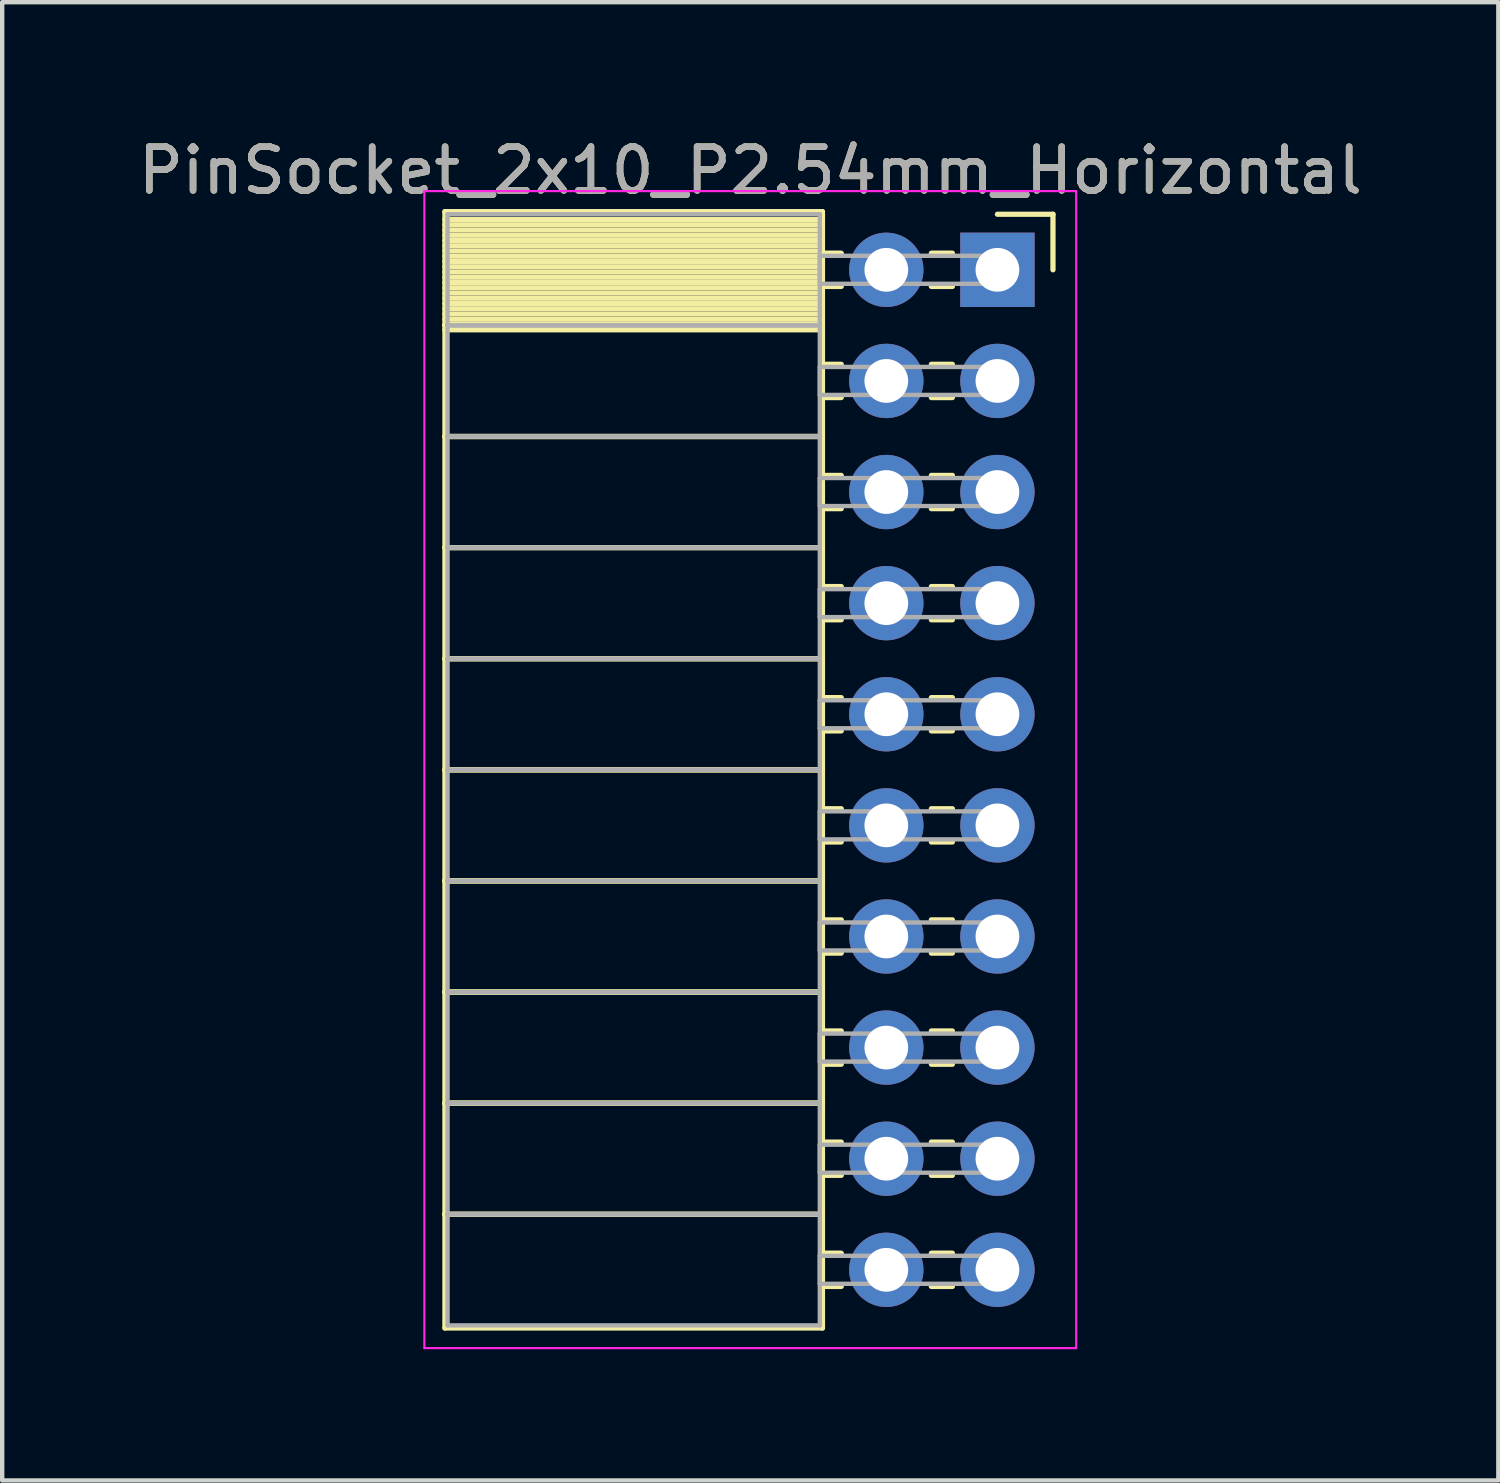
<source format=kicad_pcb>
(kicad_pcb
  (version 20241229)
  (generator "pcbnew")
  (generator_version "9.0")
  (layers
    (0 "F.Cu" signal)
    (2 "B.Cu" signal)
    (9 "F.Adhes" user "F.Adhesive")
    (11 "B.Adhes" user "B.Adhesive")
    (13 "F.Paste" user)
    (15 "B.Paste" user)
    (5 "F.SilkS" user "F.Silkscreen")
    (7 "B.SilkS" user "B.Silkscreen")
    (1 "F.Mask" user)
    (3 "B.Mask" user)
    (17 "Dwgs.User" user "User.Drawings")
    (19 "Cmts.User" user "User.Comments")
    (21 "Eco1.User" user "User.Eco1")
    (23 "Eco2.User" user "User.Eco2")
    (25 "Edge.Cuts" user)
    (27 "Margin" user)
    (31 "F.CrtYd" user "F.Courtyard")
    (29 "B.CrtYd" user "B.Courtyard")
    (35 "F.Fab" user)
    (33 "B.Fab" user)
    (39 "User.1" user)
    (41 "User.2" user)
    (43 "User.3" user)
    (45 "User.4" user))
  (footprint "PinSocket_2x10_P2.54mm_Horizontal"
    (layer "F.Cu")
    (at 19.751 3.118)
    (property "Reference" "PinSocket_2x10_P2.54mm_Horizontal" (at -5.65 -2.27 0) (layer "F.SilkS") (effects (font (size 1 1) (thickness 0.15))))
    (attr through_hole)
    (fp_line (start -12.63 -1.33) (end -4 -1.33) (stroke (width 0.12) (type solid)) (layer "F.SilkS"))
    (fp_line (start -12.63 1.27) (end -12.63 -1.33) (stroke (width 0.12) (type solid)) (layer "F.SilkS"))
    (fp_line (start -12.63 1.27) (end -4 1.27) (stroke (width 0.12) (type solid)) (layer "F.SilkS"))
    (fp_line (start -12.63 3.81) (end -12.63 1.27) (stroke (width 0.12) (type solid)) (layer "F.SilkS"))
    (fp_line (start -12.63 3.81) (end -4 3.81) (stroke (width 0.12) (type solid)) (layer "F.SilkS"))
    (fp_line (start -12.63 6.35) (end -12.63 3.81) (stroke (width 0.12) (type solid)) (layer "F.SilkS"))
    (fp_line (start -12.63 6.35) (end -4 6.35) (stroke (width 0.12) (type solid)) (layer "F.SilkS"))
    (fp_line (start -12.63 8.89) (end -12.63 6.35) (stroke (width 0.12) (type solid)) (layer "F.SilkS"))
    (fp_line (start -12.63 8.89) (end -4 8.89) (stroke (width 0.12) (type solid)) (layer "F.SilkS"))
    (fp_line (start -12.63 11.43) (end -12.63 8.89) (stroke (width 0.12) (type solid)) (layer "F.SilkS"))
    (fp_line (start -12.63 11.43) (end -4 11.43) (stroke (width 0.12) (type solid)) (layer "F.SilkS"))
    (fp_line (start -12.63 13.97) (end -12.63 11.43) (stroke (width 0.12) (type solid)) (layer "F.SilkS"))
    (fp_line (start -12.63 13.97) (end -4 13.97) (stroke (width 0.12) (type solid)) (layer "F.SilkS"))
    (fp_line (start -12.63 16.51) (end -12.63 13.97) (stroke (width 0.12) (type solid)) (layer "F.SilkS"))
    (fp_line (start -12.63 16.51) (end -4 16.51) (stroke (width 0.12) (type solid)) (layer "F.SilkS"))
    (fp_line (start -12.63 19.05) (end -12.63 16.51) (stroke (width 0.12) (type solid)) (layer "F.SilkS"))
    (fp_line (start -12.63 19.05) (end -4 19.05) (stroke (width 0.12) (type solid)) (layer "F.SilkS"))
    (fp_line (start -12.63 21.59) (end -12.63 19.05) (stroke (width 0.12) (type solid)) (layer "F.SilkS"))
    (fp_line (start -12.63 21.59) (end -4 21.59) (stroke (width 0.12) (type solid)) (layer "F.SilkS"))
    (fp_line (start -12.63 24.19) (end -12.63 21.59) (stroke (width 0.12) (type solid)) (layer "F.SilkS"))
    (fp_line (start -4 -1.33) (end -4 1.27) (stroke (width 0.12) (type solid)) (layer "F.SilkS"))
    (fp_line (start -4 -1.15) (end -12.63 -1.15) (stroke (width 0.12) (type solid)) (layer "F.SilkS"))
    (fp_line (start -4 -1.03) (end -12.63 -1.03) (stroke (width 0.12) (type solid)) (layer "F.SilkS"))
    (fp_line (start -4 -0.91) (end -12.63 -0.91) (stroke (width 0.12) (type solid)) (layer "F.SilkS"))
    (fp_line (start -4 -0.79) (end -12.63 -0.79) (stroke (width 0.12) (type solid)) (layer "F.SilkS"))
    (fp_line (start -4 -0.67) (end -12.63 -0.67) (stroke (width 0.12) (type solid)) (layer "F.SilkS"))
    (fp_line (start -4 -0.55) (end -12.63 -0.55) (stroke (width 0.12) (type solid)) (layer "F.SilkS"))
    (fp_line (start -4 -0.43) (end -12.63 -0.43) (stroke (width 0.12) (type solid)) (layer "F.SilkS"))
    (fp_line (start -4 -0.31) (end -12.63 -0.31) (stroke (width 0.12) (type solid)) (layer "F.SilkS"))
    (fp_line (start -4 -0.19) (end -12.63 -0.19) (stroke (width 0.12) (type solid)) (layer "F.SilkS"))
    (fp_line (start -4 -0.07) (end -12.63 -0.07) (stroke (width 0.12) (type solid)) (layer "F.SilkS"))
    (fp_line (start -4 0.05) (end -12.63 0.05) (stroke (width 0.12) (type solid)) (layer "F.SilkS"))
    (fp_line (start -4 0.17) (end -12.63 0.17) (stroke (width 0.12) (type solid)) (layer "F.SilkS"))
    (fp_line (start -4 0.29) (end -12.63 0.29) (stroke (width 0.12) (type solid)) (layer "F.SilkS"))
    (fp_line (start -4 0.41) (end -12.63 0.41) (stroke (width 0.12) (type solid)) (layer "F.SilkS"))
    (fp_line (start -4 0.53) (end -12.63 0.53) (stroke (width 0.12) (type solid)) (layer "F.SilkS"))
    (fp_line (start -4 0.65) (end -12.63 0.65) (stroke (width 0.12) (type solid)) (layer "F.SilkS"))
    (fp_line (start -4 0.77) (end -12.63 0.77) (stroke (width 0.12) (type solid)) (layer "F.SilkS"))
    (fp_line (start -4 0.89) (end -12.63 0.89) (stroke (width 0.12) (type solid)) (layer "F.SilkS"))
    (fp_line (start -4 1.01) (end -12.63 1.01) (stroke (width 0.12) (type solid)) (layer "F.SilkS"))
    (fp_line (start -4 1.13) (end -12.63 1.13) (stroke (width 0.12) (type solid)) (layer "F.SilkS"))
    (fp_line (start -4 1.25) (end -12.63 1.25) (stroke (width 0.12) (type solid)) (layer "F.SilkS"))
    (fp_line (start -4 1.27) (end -12.63 1.27) (stroke (width 0.12) (type solid)) (layer "F.SilkS"))
    (fp_line (start -4 1.27) (end -4 3.81) (stroke (width 0.12) (type solid)) (layer "F.SilkS"))
    (fp_line (start -4 1.37) (end -12.63 1.37) (stroke (width 0.12) (type solid)) (layer "F.SilkS"))
    (fp_line (start -4 3.81) (end -12.63 3.81) (stroke (width 0.12) (type solid)) (layer "F.SilkS"))
    (fp_line (start -4 3.81) (end -4 6.35) (stroke (width 0.12) (type solid)) (layer "F.SilkS"))
    (fp_line (start -4 6.35) (end -12.63 6.35) (stroke (width 0.12) (type solid)) (layer "F.SilkS"))
    (fp_line (start -4 6.35) (end -4 8.89) (stroke (width 0.12) (type solid)) (layer "F.SilkS"))
    (fp_line (start -4 8.89) (end -12.63 8.89) (stroke (width 0.12) (type solid)) (layer "F.SilkS"))
    (fp_line (start -4 8.89) (end -4 11.43) (stroke (width 0.12) (type solid)) (layer "F.SilkS"))
    (fp_line (start -4 11.43) (end -12.63 11.43) (stroke (width 0.12) (type solid)) (layer "F.SilkS"))
    (fp_line (start -4 11.43) (end -4 13.97) (stroke (width 0.12) (type solid)) (layer "F.SilkS"))
    (fp_line (start -4 13.97) (end -12.63 13.97) (stroke (width 0.12) (type solid)) (layer "F.SilkS"))
    (fp_line (start -4 13.97) (end -4 16.51) (stroke (width 0.12) (type solid)) (layer "F.SilkS"))
    (fp_line (start -4 16.51) (end -12.63 16.51) (stroke (width 0.12) (type solid)) (layer "F.SilkS"))
    (fp_line (start -4 16.51) (end -4 19.05) (stroke (width 0.12) (type solid)) (layer "F.SilkS"))
    (fp_line (start -4 19.05) (end -12.63 19.05) (stroke (width 0.12) (type solid)) (layer "F.SilkS"))
    (fp_line (start -4 19.05) (end -4 21.59) (stroke (width 0.12) (type solid)) (layer "F.SilkS"))
    (fp_line (start -4 21.59) (end -12.63 21.59) (stroke (width 0.12) (type solid)) (layer "F.SilkS"))
    (fp_line (start -4 21.59) (end -4 24.19) (stroke (width 0.12) (type solid)) (layer "F.SilkS"))
    (fp_line (start -4 24.19) (end -12.63 24.19) (stroke (width 0.12) (type solid)) (layer "F.SilkS"))
    (fp_line (start -3.57 -0.38) (end -4 -0.38) (stroke (width 0.12) (type solid)) (layer "F.SilkS"))
    (fp_line (start -3.57 0.38) (end -4 0.38) (stroke (width 0.12) (type solid)) (layer "F.SilkS"))
    (fp_line (start -3.57 2.16) (end -4 2.16) (stroke (width 0.12) (type solid)) (layer "F.SilkS"))
    (fp_line (start -3.57 2.92) (end -4 2.92) (stroke (width 0.12) (type solid)) (layer "F.SilkS"))
    (fp_line (start -3.57 4.7) (end -4 4.7) (stroke (width 0.12) (type solid)) (layer "F.SilkS"))
    (fp_line (start -3.57 5.46) (end -4 5.46) (stroke (width 0.12) (type solid)) (layer "F.SilkS"))
    (fp_line (start -3.57 7.24) (end -4 7.24) (stroke (width 0.12) (type solid)) (layer "F.SilkS"))
    (fp_line (start -3.57 8) (end -4 8) (stroke (width 0.12) (type solid)) (layer "F.SilkS"))
    (fp_line (start -3.57 9.78) (end -4 9.78) (stroke (width 0.12) (type solid)) (layer "F.SilkS"))
    (fp_line (start -3.57 10.54) (end -4 10.54) (stroke (width 0.12) (type solid)) (layer "F.SilkS"))
    (fp_line (start -3.57 12.32) (end -4 12.32) (stroke (width 0.12) (type solid)) (layer "F.SilkS"))
    (fp_line (start -3.57 13.08) (end -4 13.08) (stroke (width 0.12) (type solid)) (layer "F.SilkS"))
    (fp_line (start -3.57 14.86) (end -4 14.86) (stroke (width 0.12) (type solid)) (layer "F.SilkS"))
    (fp_line (start -3.57 15.62) (end -4 15.62) (stroke (width 0.12) (type solid)) (layer "F.SilkS"))
    (fp_line (start -3.57 17.4) (end -4 17.4) (stroke (width 0.12) (type solid)) (layer "F.SilkS"))
    (fp_line (start -3.57 18.16) (end -4 18.16) (stroke (width 0.12) (type solid)) (layer "F.SilkS"))
    (fp_line (start -3.57 19.94) (end -4 19.94) (stroke (width 0.12) (type solid)) (layer "F.SilkS"))
    (fp_line (start -3.57 20.7) (end -4 20.7) (stroke (width 0.12) (type solid)) (layer "F.SilkS"))
    (fp_line (start -3.57 22.48) (end -4 22.48) (stroke (width 0.12) (type solid)) (layer "F.SilkS"))
    (fp_line (start -3.57 23.24) (end -4 23.24) (stroke (width 0.12) (type solid)) (layer "F.SilkS"))
    (fp_line (start -1.03 -0.38) (end -1.51 -0.38) (stroke (width 0.12) (type solid)) (layer "F.SilkS"))
    (fp_line (start -1.03 0.38) (end -1.51 0.38) (stroke (width 0.12) (type solid)) (layer "F.SilkS"))
    (fp_line (start -1.03 2.16) (end -1.51 2.16) (stroke (width 0.12) (type solid)) (layer "F.SilkS"))
    (fp_line (start -1.03 2.92) (end -1.51 2.92) (stroke (width 0.12) (type solid)) (layer "F.SilkS"))
    (fp_line (start -1.03 4.7) (end -1.51 4.7) (stroke (width 0.12) (type solid)) (layer "F.SilkS"))
    (fp_line (start -1.03 5.46) (end -1.51 5.46) (stroke (width 0.12) (type solid)) (layer "F.SilkS"))
    (fp_line (start -1.03 7.24) (end -1.51 7.24) (stroke (width 0.12) (type solid)) (layer "F.SilkS"))
    (fp_line (start -1.03 8) (end -1.51 8) (stroke (width 0.12) (type solid)) (layer "F.SilkS"))
    (fp_line (start -1.03 9.78) (end -1.51 9.78) (stroke (width 0.12) (type solid)) (layer "F.SilkS"))
    (fp_line (start -1.03 10.54) (end -1.51 10.54) (stroke (width 0.12) (type solid)) (layer "F.SilkS"))
    (fp_line (start -1.03 12.32) (end -1.51 12.32) (stroke (width 0.12) (type solid)) (layer "F.SilkS"))
    (fp_line (start -1.03 13.08) (end -1.51 13.08) (stroke (width 0.12) (type solid)) (layer "F.SilkS"))
    (fp_line (start -1.03 14.86) (end -1.51 14.86) (stroke (width 0.12) (type solid)) (layer "F.SilkS"))
    (fp_line (start -1.03 15.62) (end -1.51 15.62) (stroke (width 0.12) (type solid)) (layer "F.SilkS"))
    (fp_line (start -1.03 17.4) (end -1.51 17.4) (stroke (width 0.12) (type solid)) (layer "F.SilkS"))
    (fp_line (start -1.03 18.16) (end -1.51 18.16) (stroke (width 0.12) (type solid)) (layer "F.SilkS"))
    (fp_line (start -1.03 19.94) (end -1.51 19.94) (stroke (width 0.12) (type solid)) (layer "F.SilkS"))
    (fp_line (start -1.03 20.7) (end -1.51 20.7) (stroke (width 0.12) (type solid)) (layer "F.SilkS"))
    (fp_line (start -1.03 22.48) (end -1.51 22.48) (stroke (width 0.12) (type solid)) (layer "F.SilkS"))
    (fp_line (start -1.03 23.24) (end -1.51 23.24) (stroke (width 0.12) (type solid)) (layer "F.SilkS"))
    (fp_line (start 0 -1.27) (end 1.27 -1.27) (stroke (width 0.12) (type solid)) (layer "F.SilkS"))
    (fp_line (start 1.27 -1.27) (end 1.27 0) (stroke (width 0.12) (type solid)) (layer "F.SilkS"))
    (fp_line (start -13.1 -1.8) (end 1.8 -1.8) (stroke (width 0.05) (type solid)) (layer "F.CrtYd"))
    (fp_line (start -13.1 24.65) (end -13.1 -1.8) (stroke (width 0.05) (type solid)) (layer "F.CrtYd"))
    (fp_line (start 1.8 -1.8) (end 1.8 24.65) (stroke (width 0.05) (type solid)) (layer "F.CrtYd"))
    (fp_line (start 1.8 24.65) (end -13.1 24.65) (stroke (width 0.05) (type solid)) (layer "F.CrtYd"))
    (fp_line (start -12.57 -1.27) (end -4.06 -1.27) (stroke (width 0.1) (type solid)) (layer "F.Fab"))
    (fp_line (start -12.57 1.27) (end -12.57 -1.27) (stroke (width 0.1) (type solid)) (layer "F.Fab"))
    (fp_line (start -12.57 1.27) (end -4.06 1.27) (stroke (width 0.1) (type solid)) (layer "F.Fab"))
    (fp_line (start -12.57 3.81) (end -12.57 1.27) (stroke (width 0.1) (type solid)) (layer "F.Fab"))
    (fp_line (start -12.57 3.81) (end -4.06 3.81) (stroke (width 0.1) (type solid)) (layer "F.Fab"))
    (fp_line (start -12.57 6.35) (end -12.57 3.81) (stroke (width 0.1) (type solid)) (layer "F.Fab"))
    (fp_line (start -12.57 6.35) (end -4.06 6.35) (stroke (width 0.1) (type solid)) (layer "F.Fab"))
    (fp_line (start -12.57 8.89) (end -12.57 6.35) (stroke (width 0.1) (type solid)) (layer "F.Fab"))
    (fp_line (start -12.57 8.89) (end -4.06 8.89) (stroke (width 0.1) (type solid)) (layer "F.Fab"))
    (fp_line (start -12.57 11.43) (end -12.57 8.89) (stroke (width 0.1) (type solid)) (layer "F.Fab"))
    (fp_line (start -12.57 11.43) (end -4.06 11.43) (stroke (width 0.1) (type solid)) (layer "F.Fab"))
    (fp_line (start -12.57 13.97) (end -12.57 11.43) (stroke (width 0.1) (type solid)) (layer "F.Fab"))
    (fp_line (start -12.57 13.97) (end -4.06 13.97) (stroke (width 0.1) (type solid)) (layer "F.Fab"))
    (fp_line (start -12.57 16.51) (end -12.57 13.97) (stroke (width 0.1) (type solid)) (layer "F.Fab"))
    (fp_line (start -12.57 16.51) (end -4.06 16.51) (stroke (width 0.1) (type solid)) (layer "F.Fab"))
    (fp_line (start -12.57 19.05) (end -12.57 16.51) (stroke (width 0.1) (type solid)) (layer "F.Fab"))
    (fp_line (start -12.57 19.05) (end -4.06 19.05) (stroke (width 0.1) (type solid)) (layer "F.Fab"))
    (fp_line (start -12.57 21.59) (end -12.57 19.05) (stroke (width 0.1) (type solid)) (layer "F.Fab"))
    (fp_line (start -12.57 21.59) (end -4.06 21.59) (stroke (width 0.1) (type solid)) (layer "F.Fab"))
    (fp_line (start -12.57 24.13) (end -12.57 21.59) (stroke (width 0.1) (type solid)) (layer "F.Fab"))
    (fp_line (start -4.06 -1.27) (end -4.06 1.27) (stroke (width 0.1) (type solid)) (layer "F.Fab"))
    (fp_line (start -4.06 -0.32) (end 0 -0.32) (stroke (width 0.1) (type solid)) (layer "F.Fab"))
    (fp_line (start -4.06 0.32) (end -4.06 -0.32) (stroke (width 0.1) (type solid)) (layer "F.Fab"))
    (fp_line (start -4.06 1.27) (end -12.57 1.27) (stroke (width 0.1) (type solid)) (layer "F.Fab"))
    (fp_line (start -4.06 1.27) (end -4.06 3.81) (stroke (width 0.1) (type solid)) (layer "F.Fab"))
    (fp_line (start -4.06 2.22) (end 0 2.22) (stroke (width 0.1) (type solid)) (layer "F.Fab"))
    (fp_line (start -4.06 2.86) (end -4.06 2.22) (stroke (width 0.1) (type solid)) (layer "F.Fab"))
    (fp_line (start -4.06 3.81) (end -12.57 3.81) (stroke (width 0.1) (type solid)) (layer "F.Fab"))
    (fp_line (start -4.06 3.81) (end -4.06 6.35) (stroke (width 0.1) (type solid)) (layer "F.Fab"))
    (fp_line (start -4.06 4.76) (end 0 4.76) (stroke (width 0.1) (type solid)) (layer "F.Fab"))
    (fp_line (start -4.06 5.4) (end -4.06 4.76) (stroke (width 0.1) (type solid)) (layer "F.Fab"))
    (fp_line (start -4.06 6.35) (end -12.57 6.35) (stroke (width 0.1) (type solid)) (layer "F.Fab"))
    (fp_line (start -4.06 6.35) (end -4.06 8.89) (stroke (width 0.1) (type solid)) (layer "F.Fab"))
    (fp_line (start -4.06 7.3) (end 0 7.3) (stroke (width 0.1) (type solid)) (layer "F.Fab"))
    (fp_line (start -4.06 7.94) (end -4.06 7.3) (stroke (width 0.1) (type solid)) (layer "F.Fab"))
    (fp_line (start -4.06 8.89) (end -12.57 8.89) (stroke (width 0.1) (type solid)) (layer "F.Fab"))
    (fp_line (start -4.06 8.89) (end -4.06 11.43) (stroke (width 0.1) (type solid)) (layer "F.Fab"))
    (fp_line (start -4.06 9.84) (end 0 9.84) (stroke (width 0.1) (type solid)) (layer "F.Fab"))
    (fp_line (start -4.06 10.48) (end -4.06 9.84) (stroke (width 0.1) (type solid)) (layer "F.Fab"))
    (fp_line (start -4.06 11.43) (end -12.57 11.43) (stroke (width 0.1) (type solid)) (layer "F.Fab"))
    (fp_line (start -4.06 11.43) (end -4.06 13.97) (stroke (width 0.1) (type solid)) (layer "F.Fab"))
    (fp_line (start -4.06 12.38) (end 0 12.38) (stroke (width 0.1) (type solid)) (layer "F.Fab"))
    (fp_line (start -4.06 13.02) (end -4.06 12.38) (stroke (width 0.1) (type solid)) (layer "F.Fab"))
    (fp_line (start -4.06 13.97) (end -12.57 13.97) (stroke (width 0.1) (type solid)) (layer "F.Fab"))
    (fp_line (start -4.06 13.97) (end -4.06 16.51) (stroke (width 0.1) (type solid)) (layer "F.Fab"))
    (fp_line (start -4.06 14.92) (end 0 14.92) (stroke (width 0.1) (type solid)) (layer "F.Fab"))
    (fp_line (start -4.06 15.56) (end -4.06 14.92) (stroke (width 0.1) (type solid)) (layer "F.Fab"))
    (fp_line (start -4.06 16.51) (end -12.57 16.51) (stroke (width 0.1) (type solid)) (layer "F.Fab"))
    (fp_line (start -4.06 16.51) (end -4.06 19.05) (stroke (width 0.1) (type solid)) (layer "F.Fab"))
    (fp_line (start -4.06 17.46) (end 0 17.46) (stroke (width 0.1) (type solid)) (layer "F.Fab"))
    (fp_line (start -4.06 18.1) (end -4.06 17.46) (stroke (width 0.1) (type solid)) (layer "F.Fab"))
    (fp_line (start -4.06 19.05) (end -12.57 19.05) (stroke (width 0.1) (type solid)) (layer "F.Fab"))
    (fp_line (start -4.06 19.05) (end -4.06 21.59) (stroke (width 0.1) (type solid)) (layer "F.Fab"))
    (fp_line (start -4.06 20) (end 0 20) (stroke (width 0.1) (type solid)) (layer "F.Fab"))
    (fp_line (start -4.06 20.64) (end -4.06 20) (stroke (width 0.1) (type solid)) (layer "F.Fab"))
    (fp_line (start -4.06 21.59) (end -12.57 21.59) (stroke (width 0.1) (type solid)) (layer "F.Fab"))
    (fp_line (start -4.06 21.59) (end -4.06 24.13) (stroke (width 0.1) (type solid)) (layer "F.Fab"))
    (fp_line (start -4.06 22.54) (end 0 22.54) (stroke (width 0.1) (type solid)) (layer "F.Fab"))
    (fp_line (start -4.06 23.18) (end -4.06 22.54) (stroke (width 0.1) (type solid)) (layer "F.Fab"))
    (fp_line (start -4.06 24.13) (end -12.57 24.13) (stroke (width 0.1) (type solid)) (layer "F.Fab"))
    (fp_line (start 0 -0.32) (end 0 0.32) (stroke (width 0.1) (type solid)) (layer "F.Fab"))
    (fp_line (start 0 0.32) (end -4.06 0.32) (stroke (width 0.1) (type solid)) (layer "F.Fab"))
    (fp_line (start 0 2.22) (end 0 2.86) (stroke (width 0.1) (type solid)) (layer "F.Fab"))
    (fp_line (start 0 2.86) (end -4.06 2.86) (stroke (width 0.1) (type solid)) (layer "F.Fab"))
    (fp_line (start 0 4.76) (end 0 5.4) (stroke (width 0.1) (type solid)) (layer "F.Fab"))
    (fp_line (start 0 5.4) (end -4.06 5.4) (stroke (width 0.1) (type solid)) (layer "F.Fab"))
    (fp_line (start 0 7.3) (end 0 7.94) (stroke (width 0.1) (type solid)) (layer "F.Fab"))
    (fp_line (start 0 7.94) (end -4.06 7.94) (stroke (width 0.1) (type solid)) (layer "F.Fab"))
    (fp_line (start 0 9.84) (end 0 10.48) (stroke (width 0.1) (type solid)) (layer "F.Fab"))
    (fp_line (start 0 10.48) (end -4.06 10.48) (stroke (width 0.1) (type solid)) (layer "F.Fab"))
    (fp_line (start 0 12.38) (end 0 13.02) (stroke (width 0.1) (type solid)) (layer "F.Fab"))
    (fp_line (start 0 13.02) (end -4.06 13.02) (stroke (width 0.1) (type solid)) (layer "F.Fab"))
    (fp_line (start 0 14.92) (end 0 15.56) (stroke (width 0.1) (type solid)) (layer "F.Fab"))
    (fp_line (start 0 15.56) (end -4.06 15.56) (stroke (width 0.1) (type solid)) (layer "F.Fab"))
    (fp_line (start 0 17.46) (end 0 18.1) (stroke (width 0.1) (type solid)) (layer "F.Fab"))
    (fp_line (start 0 18.1) (end -4.06 18.1) (stroke (width 0.1) (type solid)) (layer "F.Fab"))
    (fp_line (start 0 20) (end 0 20.64) (stroke (width 0.1) (type solid)) (layer "F.Fab"))
    (fp_line (start 0 20.64) (end -4.06 20.64) (stroke (width 0.1) (type solid)) (layer "F.Fab"))
    (fp_line (start 0 22.54) (end 0 23.18) (stroke (width 0.1) (type solid)) (layer "F.Fab"))
    (fp_line (start 0 23.18) (end -4.06 23.18) (stroke (width 0.1) (type solid)) (layer "F.Fab"))
    (fp_text user "${REFERENCE}" (at -5.65 -2.27 0) (layer "F.Fab") (effects (font (size 1 1) (thickness 0.15))))
    (pad "1" thru_hole rect (at 0 0) (size 1.7 1.7) (drill 1) (layers "*.Cu" "*.Mask"))
    (pad "2" thru_hole oval (at -2.54 0) (size 1.7 1.7) (drill 1) (layers "*.Cu" "*.Mask"))
    (pad "3" thru_hole oval (at 0 2.54) (size 1.7 1.7) (drill 1) (layers "*.Cu" "*.Mask"))
    (pad "4" thru_hole oval (at -2.54 2.54) (size 1.7 1.7) (drill 1) (layers "*.Cu" "*.Mask"))
    (pad "5" thru_hole oval (at 0 5.08) (size 1.7 1.7) (drill 1) (layers "*.Cu" "*.Mask"))
    (pad "6" thru_hole oval (at -2.54 5.08) (size 1.7 1.7) (drill 1) (layers "*.Cu" "*.Mask"))
    (pad "7" thru_hole oval (at 0 7.62) (size 1.7 1.7) (drill 1) (layers "*.Cu" "*.Mask"))
    (pad "8" thru_hole oval (at -2.54 7.62) (size 1.7 1.7) (drill 1) (layers "*.Cu" "*.Mask"))
    (pad "9" thru_hole oval (at 0 10.16) (size 1.7 1.7) (drill 1) (layers "*.Cu" "*.Mask"))
    (pad "10" thru_hole oval (at -2.54 10.16) (size 1.7 1.7) (drill 1) (layers "*.Cu" "*.Mask"))
    (pad "11" thru_hole oval (at 0 12.7) (size 1.7 1.7) (drill 1) (layers "*.Cu" "*.Mask"))
    (pad "12" thru_hole oval (at -2.54 12.7) (size 1.7 1.7) (drill 1) (layers "*.Cu" "*.Mask"))
    (pad "13" thru_hole oval (at 0 15.24) (size 1.7 1.7) (drill 1) (layers "*.Cu" "*.Mask"))
    (pad "14" thru_hole oval (at -2.54 15.24) (size 1.7 1.7) (drill 1) (layers "*.Cu" "*.Mask"))
    (pad "15" thru_hole oval (at 0 17.78) (size 1.7 1.7) (drill 1) (layers "*.Cu" "*.Mask"))
    (pad "16" thru_hole oval (at -2.54 17.78) (size 1.7 1.7) (drill 1) (layers "*.Cu" "*.Mask"))
    (pad "17" thru_hole oval (at 0 20.32) (size 1.7 1.7) (drill 1) (layers "*.Cu" "*.Mask"))
    (pad "18" thru_hole oval (at -2.54 20.32) (size 1.7 1.7) (drill 1) (layers "*.Cu" "*.Mask"))
    (pad "19" thru_hole oval (at 0 22.86) (size 1.7 1.7) (drill 1) (layers "*.Cu" "*.Mask"))
    (pad "20" thru_hole oval (at -2.54 22.86) (size 1.7 1.7) (drill 1) (layers "*.Cu" "*.Mask")))
  (gr_rect
    (start -3 -3)
    (end 31.202 30.793)
    (stroke (width 0.1) (type default))
    (fill no)
    (layer "Edge.Cuts")))
</source>
